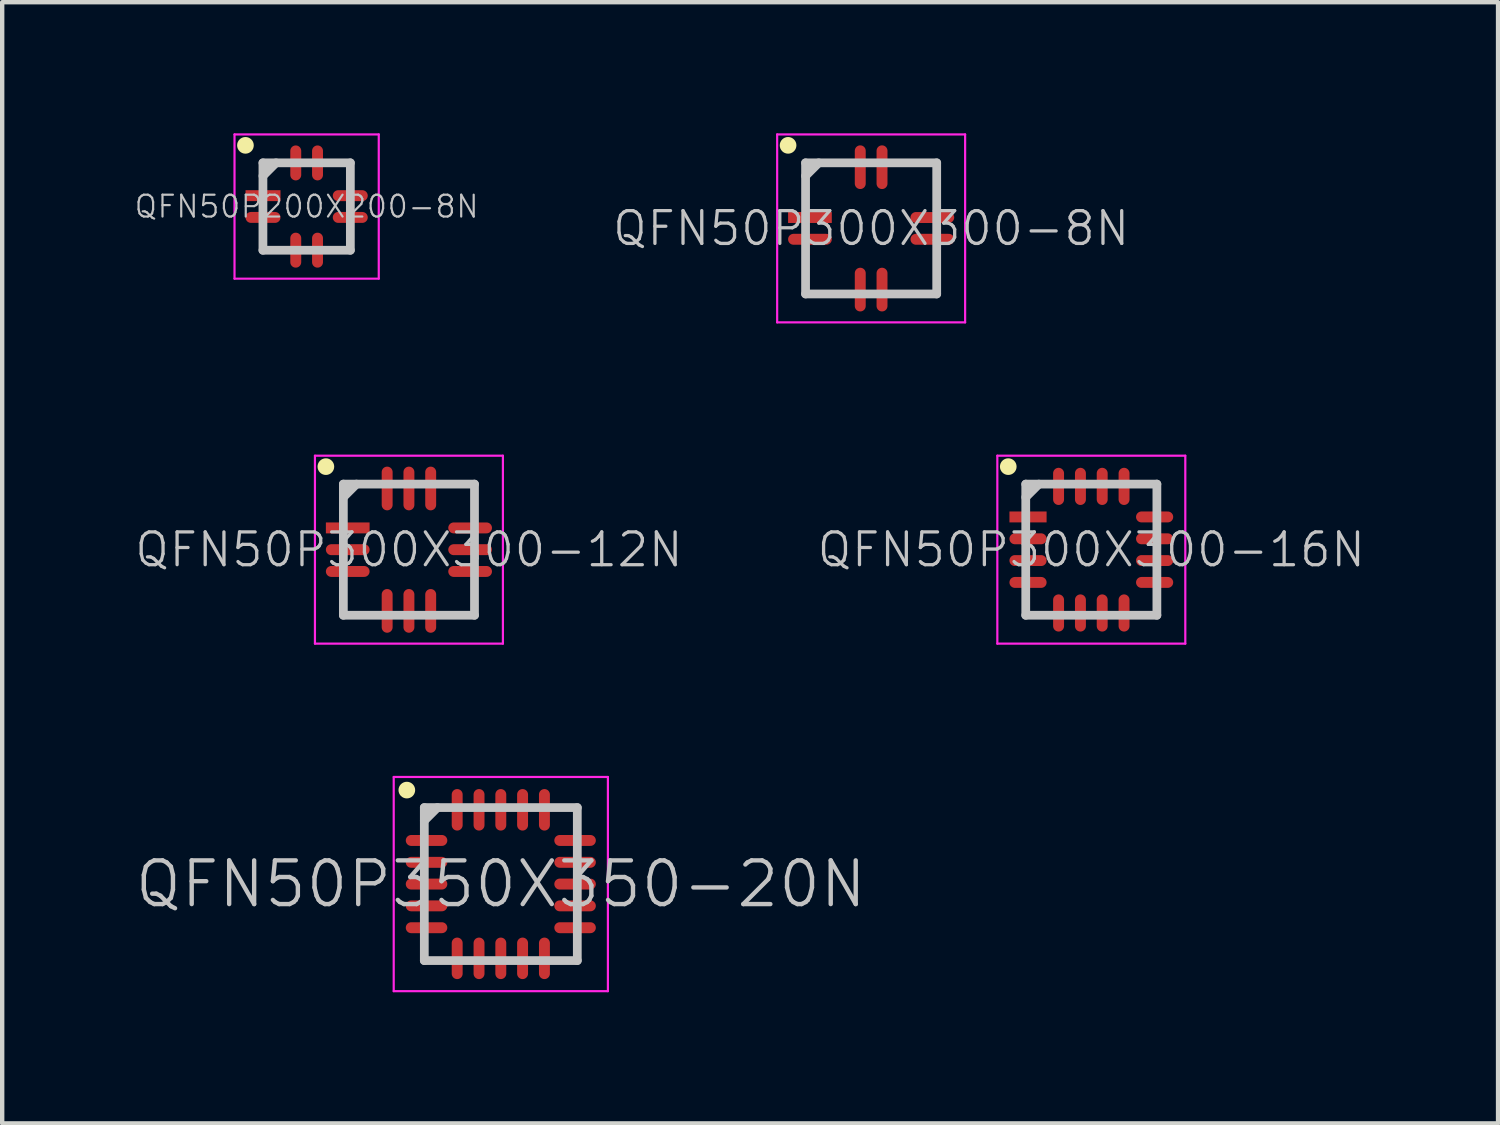
<source format=kicad_pcb>
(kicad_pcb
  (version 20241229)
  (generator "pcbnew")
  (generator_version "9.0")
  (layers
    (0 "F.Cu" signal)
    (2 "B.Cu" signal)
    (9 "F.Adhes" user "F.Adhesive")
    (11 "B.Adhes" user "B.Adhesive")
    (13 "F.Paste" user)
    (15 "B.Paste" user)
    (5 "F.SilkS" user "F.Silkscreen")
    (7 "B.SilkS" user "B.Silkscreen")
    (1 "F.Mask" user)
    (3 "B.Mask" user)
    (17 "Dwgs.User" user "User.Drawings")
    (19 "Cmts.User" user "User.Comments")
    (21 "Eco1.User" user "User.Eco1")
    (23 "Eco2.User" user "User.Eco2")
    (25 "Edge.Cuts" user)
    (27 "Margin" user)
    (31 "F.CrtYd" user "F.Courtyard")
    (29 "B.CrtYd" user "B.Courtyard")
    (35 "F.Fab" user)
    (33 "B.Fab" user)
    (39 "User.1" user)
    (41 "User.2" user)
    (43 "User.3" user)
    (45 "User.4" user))
  (footprint "QFN50P300X300-8N"
    (layer "F.Cu")
    (at 16.879 2.175)
    (property "Reference" "QFN50P300X300-8N" (at 0 0 0) (layer "Dwgs.User") (effects (font (size 0.75 0.75) (thickness 0.075))))
    (attr smd)
    (fp_line (start -1.9 -1.9) (end -1.9 -1.9) (stroke (width 0.381) (type solid)) (layer "F.SilkS"))
    (fp_line (start -1.5 -1.5) (end -1.5 1.5) (stroke (width 0.2) (type solid)) (layer "Dwgs.User"))
    (fp_line (start -1.5 -1.5) (end 1.5 -1.5) (stroke (width 0.2) (type solid)) (layer "Dwgs.User"))
    (fp_line (start -1.5 -1.2) (end -1.2 -1.5) (stroke (width 0.2) (type solid)) (layer "Dwgs.User"))
    (fp_line (start -1.5 1.5) (end 1.5 1.5) (stroke (width 0.2) (type solid)) (layer "Dwgs.User"))
    (fp_line (start 1.5 -1.5) (end 1.5 1.5) (stroke (width 0.2) (type solid)) (layer "Dwgs.User"))
    (fp_line (start -2.15 -2.15) (end -2.15 2.15) (stroke (width 0.05) (type solid)) (layer "F.CrtYd"))
    (fp_line (start -2.15 -2.15) (end 2.15 -2.15) (stroke (width 0.05) (type solid)) (layer "F.CrtYd"))
    (fp_line (start -2.15 2.15) (end 2.15 2.15) (stroke (width 0.05) (type solid)) (layer "F.CrtYd"))
    (fp_line (start 2.15 -2.15) (end 2.15 2.15) (stroke (width 0.05) (type solid)) (layer "F.CrtYd"))
    (pad "1" smd rect (at -1.4 -0.249 90) (size 0.25 1) (layers "F.Cu" "F.Mask" "F.Paste"))
    (pad "2" smd oval (at -1.4 0.249 90) (size 0.25 1) (layers "F.Cu" "F.Mask" "F.Paste"))
    (pad "3" smd oval (at -0.249 1.4 180) (size 0.25 1) (layers "F.Cu" "F.Mask" "F.Paste"))
    (pad "4" smd oval (at 0.249 1.4 180) (size 0.25 1) (layers "F.Cu" "F.Mask" "F.Paste"))
    (pad "5" smd oval (at 1.4 0.249 270) (size 0.25 1) (layers "F.Cu" "F.Mask" "F.Paste"))
    (pad "6" smd oval (at 1.4 -0.249 270) (size 0.25 1) (layers "F.Cu" "F.Mask" "F.Paste"))
    (pad "7" smd oval (at 0.249 -1.4) (size 0.25 1) (layers "F.Cu" "F.Mask" "F.Paste"))
    (pad "8" smd oval (at -0.249 -1.4) (size 0.25 1) (layers "F.Cu" "F.Mask" "F.Paste")))
  (footprint "QFN50P300X300-16N"
    (layer "F.Cu")
    (at 21.916 9.525)
    (property "Reference" "QFN50P300X300-16N" (at 0 0 0) (layer "Dwgs.User") (effects (font (size 0.75 0.75) (thickness 0.075))))
    (attr smd)
    (fp_line (start -1.9 -1.9) (end -1.9 -1.9) (stroke (width 0.381) (type solid)) (layer "F.SilkS"))
    (fp_line (start -1.5 -1.5) (end -1.5 1.5) (stroke (width 0.2) (type solid)) (layer "Dwgs.User"))
    (fp_line (start -1.5 -1.5) (end 1.5 -1.5) (stroke (width 0.2) (type solid)) (layer "Dwgs.User"))
    (fp_line (start -1.5 -1.2) (end -1.2 -1.5) (stroke (width 0.2) (type solid)) (layer "Dwgs.User"))
    (fp_line (start -1.5 1.5) (end 1.5 1.5) (stroke (width 0.2) (type solid)) (layer "Dwgs.User"))
    (fp_line (start 1.5 -1.5) (end 1.5 1.5) (stroke (width 0.2) (type solid)) (layer "Dwgs.User"))
    (fp_line (start -2.15 -2.15) (end -2.15 2.15) (stroke (width 0.05) (type solid)) (layer "F.CrtYd"))
    (fp_line (start -2.15 -2.15) (end 2.15 -2.15) (stroke (width 0.05) (type solid)) (layer "F.CrtYd"))
    (fp_line (start -2.15 2.15) (end 2.15 2.15) (stroke (width 0.05) (type solid)) (layer "F.CrtYd"))
    (fp_line (start 2.15 -2.15) (end 2.15 2.15) (stroke (width 0.05) (type solid)) (layer "F.CrtYd"))
    (pad "1" smd rect (at -1.448 -0.749 90) (size 0.25 0.85) (layers "F.Cu" "F.Mask" "F.Paste"))
    (pad "2" smd oval (at -1.448 -0.249 90) (size 0.25 0.85) (layers "F.Cu" "F.Mask" "F.Paste"))
    (pad "3" smd oval (at -1.448 0.249 90) (size 0.25 0.85) (layers "F.Cu" "F.Mask" "F.Paste"))
    (pad "4" smd oval (at -1.448 0.749 90) (size 0.25 0.85) (layers "F.Cu" "F.Mask" "F.Paste"))
    (pad "5" smd oval (at -0.749 1.448 180) (size 0.25 0.85) (layers "F.Cu" "F.Mask" "F.Paste"))
    (pad "6" smd oval (at -0.249 1.448 180) (size 0.25 0.85) (layers "F.Cu" "F.Mask" "F.Paste"))
    (pad "7" smd oval (at 0.249 1.448 180) (size 0.25 0.85) (layers "F.Cu" "F.Mask" "F.Paste"))
    (pad "8" smd oval (at 0.749 1.448 180) (size 0.25 0.85) (layers "F.Cu" "F.Mask" "F.Paste"))
    (pad "9" smd oval (at 1.448 0.749 270) (size 0.25 0.85) (layers "F.Cu" "F.Mask" "F.Paste"))
    (pad "10" smd oval (at 1.448 0.249 270) (size 0.25 0.85) (layers "F.Cu" "F.Mask" "F.Paste"))
    (pad "11" smd oval (at 1.448 -0.249 270) (size 0.25 0.85) (layers "F.Cu" "F.Mask" "F.Paste"))
    (pad "12" smd oval (at 1.448 -0.749 270) (size 0.25 0.85) (layers "F.Cu" "F.Mask" "F.Paste"))
    (pad "13" smd oval (at 0.749 -1.448) (size 0.25 0.85) (layers "F.Cu" "F.Mask" "F.Paste"))
    (pad "14" smd oval (at 0.249 -1.448) (size 0.25 0.85) (layers "F.Cu" "F.Mask" "F.Paste"))
    (pad "15" smd oval (at -0.249 -1.448) (size 0.25 0.85) (layers "F.Cu" "F.Mask" "F.Paste"))
    (pad "16" smd oval (at -0.749 -1.448) (size 0.25 0.85) (layers "F.Cu" "F.Mask" "F.Paste")))
  (footprint "QFN50P300X300-12N"
    (layer "F.Cu")
    (at 6.305 9.525)
    (property "Reference" "QFN50P300X300-12N" (at 0 0 0) (layer "Dwgs.User") (effects (font (size 0.75 0.75) (thickness 0.075))))
    (attr smd)
    (fp_line (start -1.9 -1.9) (end -1.9 -1.9) (stroke (width 0.381) (type solid)) (layer "F.SilkS"))
    (fp_line (start -1.5 -1.5) (end -1.5 1.5) (stroke (width 0.2) (type solid)) (layer "Dwgs.User"))
    (fp_line (start -1.5 -1.5) (end 1.5 -1.5) (stroke (width 0.2) (type solid)) (layer "Dwgs.User"))
    (fp_line (start -1.5 -1.2) (end -1.2 -1.5) (stroke (width 0.2) (type solid)) (layer "Dwgs.User"))
    (fp_line (start -1.5 1.5) (end 1.5 1.5) (stroke (width 0.2) (type solid)) (layer "Dwgs.User"))
    (fp_line (start 1.5 -1.5) (end 1.5 1.5) (stroke (width 0.2) (type solid)) (layer "Dwgs.User"))
    (fp_line (start -2.15 -2.15) (end -2.15 2.15) (stroke (width 0.05) (type solid)) (layer "F.CrtYd"))
    (fp_line (start -2.15 -2.15) (end 2.15 -2.15) (stroke (width 0.05) (type solid)) (layer "F.CrtYd"))
    (fp_line (start -2.15 2.15) (end 2.15 2.15) (stroke (width 0.05) (type solid)) (layer "F.CrtYd"))
    (fp_line (start 2.15 -2.15) (end 2.15 2.15) (stroke (width 0.05) (type solid)) (layer "F.CrtYd"))
    (pad "1" smd rect (at -1.4 -0.498 90) (size 0.25 1) (layers "F.Cu" "F.Mask" "F.Paste"))
    (pad "2" smd oval (at -1.4 0 90) (size 0.25 1) (layers "F.Cu" "F.Mask" "F.Paste"))
    (pad "3" smd oval (at -1.4 0.498 90) (size 0.25 1) (layers "F.Cu" "F.Mask" "F.Paste"))
    (pad "4" smd oval (at -0.498 1.4 180) (size 0.25 1) (layers "F.Cu" "F.Mask" "F.Paste"))
    (pad "5" smd oval (at 0 1.4 180) (size 0.25 1) (layers "F.Cu" "F.Mask" "F.Paste"))
    (pad "6" smd oval (at 0.498 1.4 180) (size 0.25 1) (layers "F.Cu" "F.Mask" "F.Paste"))
    (pad "7" smd oval (at 1.4 0.498 270) (size 0.25 1) (layers "F.Cu" "F.Mask" "F.Paste"))
    (pad "8" smd oval (at 1.4 0 270) (size 0.25 1) (layers "F.Cu" "F.Mask" "F.Paste"))
    (pad "9" smd oval (at 1.4 -0.498 270) (size 0.25 1) (layers "F.Cu" "F.Mask" "F.Paste"))
    (pad "10" smd oval (at 0.498 -1.4) (size 0.25 1) (layers "F.Cu" "F.Mask" "F.Paste"))
    (pad "11" smd oval (at 0 -1.4) (size 0.25 1) (layers "F.Cu" "F.Mask" "F.Paste"))
    (pad "12" smd oval (at -0.498 -1.4) (size 0.25 1) (layers "F.Cu" "F.Mask" "F.Paste")))
  (footprint "QFN50P200X200-8N"
    (layer "F.Cu")
    (at 3.965 1.675)
    (property "Reference" "QFN50P200X200-8N" (at 0 0 0) (layer "Dwgs.User") (effects (font (size 0.5 0.5) (thickness 0.05))))
    (attr smd)
    (fp_line (start -1.4 -1.4) (end -1.4 -1.4) (stroke (width 0.381) (type solid)) (layer "F.SilkS"))
    (fp_line (start -1 -1) (end -1 1) (stroke (width 0.2) (type solid)) (layer "Dwgs.User"))
    (fp_line (start -1 -1) (end 1 -1) (stroke (width 0.2) (type solid)) (layer "Dwgs.User"))
    (fp_line (start -1 -0.7) (end -0.7 -1) (stroke (width 0.2) (type solid)) (layer "Dwgs.User"))
    (fp_line (start -1 1) (end 1 1) (stroke (width 0.2) (type solid)) (layer "Dwgs.User"))
    (fp_line (start 1 -1) (end 1 1) (stroke (width 0.2) (type solid)) (layer "Dwgs.User"))
    (fp_line (start -1.65 -1.65) (end -1.65 1.65) (stroke (width 0.05) (type solid)) (layer "F.CrtYd"))
    (fp_line (start -1.65 -1.65) (end 1.65 -1.65) (stroke (width 0.05) (type solid)) (layer "F.CrtYd"))
    (fp_line (start -1.65 1.65) (end 1.65 1.65) (stroke (width 0.05) (type solid)) (layer "F.CrtYd"))
    (fp_line (start 1.65 -1.65) (end 1.65 1.65) (stroke (width 0.05) (type solid)) (layer "F.CrtYd"))
    (pad "1" smd rect (at -0.998 -0.249 90) (size 0.25 0.8) (layers "F.Cu" "F.Mask" "F.Paste"))
    (pad "2" smd oval (at -0.998 0.249 90) (size 0.25 0.8) (layers "F.Cu" "F.Mask" "F.Paste"))
    (pad "3" smd oval (at -0.249 0.998 180) (size 0.25 0.8) (layers "F.Cu" "F.Mask" "F.Paste"))
    (pad "4" smd oval (at 0.249 0.998 180) (size 0.25 0.8) (layers "F.Cu" "F.Mask" "F.Paste"))
    (pad "5" smd oval (at 0.998 0.249 270) (size 0.25 0.8) (layers "F.Cu" "F.Mask" "F.Paste"))
    (pad "6" smd oval (at 0.998 -0.249 270) (size 0.25 0.8) (layers "F.Cu" "F.Mask" "F.Paste"))
    (pad "7" smd oval (at 0.249 -0.998) (size 0.25 0.8) (layers "F.Cu" "F.Mask" "F.Paste"))
    (pad "8" smd oval (at -0.249 -0.998) (size 0.25 0.8) (layers "F.Cu" "F.Mask" "F.Paste")))
  (footprint "QFN50P350X350-20N"
    (layer "F.Cu")
    (at 8.407 17.175)
    (property "Reference" "QFN50P350X350-20N" (at 0 0 0) (layer "Dwgs.User") (effects (font (size 1 1) (thickness 0.1))))
    (attr smd)
    (fp_line (start -2.15 -2.15) (end -2.15 -2.15) (stroke (width 0.381) (type solid)) (layer "F.SilkS"))
    (fp_line (start -1.75 -1.75) (end -1.75 1.75) (stroke (width 0.2) (type solid)) (layer "Dwgs.User"))
    (fp_line (start -1.75 -1.75) (end 1.75 -1.75) (stroke (width 0.2) (type solid)) (layer "Dwgs.User"))
    (fp_line (start -1.75 -1.45) (end -1.45 -1.75) (stroke (width 0.2) (type solid)) (layer "Dwgs.User"))
    (fp_line (start -1.75 1.75) (end 1.75 1.75) (stroke (width 0.2) (type solid)) (layer "Dwgs.User"))
    (fp_line (start 1.75 -1.75) (end 1.75 1.75) (stroke (width 0.2) (type solid)) (layer "Dwgs.User"))
    (fp_line (start -2.45 -2.45) (end -2.45 2.45) (stroke (width 0.05) (type solid)) (layer "F.CrtYd"))
    (fp_line (start -2.45 -2.45) (end 2.45 -2.45) (stroke (width 0.05) (type solid)) (layer "F.CrtYd"))
    (fp_line (start -2.45 2.45) (end 2.45 2.45) (stroke (width 0.05) (type solid)) (layer "F.CrtYd"))
    (fp_line (start 2.45 -2.45) (end 2.45 2.45) (stroke (width 0.05) (type solid)) (layer "F.CrtYd"))
    (pad "1" smd oval (at -1.699 -0.998 90) (size 0.25 0.95) (layers "F.Cu" "F.Mask" "F.Paste"))
    (pad "2" smd oval (at -1.699 -0.498 90) (size 0.25 0.95) (layers "F.Cu" "F.Mask" "F.Paste"))
    (pad "3" smd oval (at -1.699 0 90) (size 0.25 0.95) (layers "F.Cu" "F.Mask" "F.Paste"))
    (pad "4" smd oval (at -1.699 0.498 90) (size 0.25 0.95) (layers "F.Cu" "F.Mask" "F.Paste"))
    (pad "5" smd oval (at -1.699 0.998 90) (size 0.25 0.95) (layers "F.Cu" "F.Mask" "F.Paste"))
    (pad "6" smd oval (at -0.998 1.699 180) (size 0.25 0.95) (layers "F.Cu" "F.Mask" "F.Paste"))
    (pad "7" smd oval (at -0.498 1.699 180) (size 0.25 0.95) (layers "F.Cu" "F.Mask" "F.Paste"))
    (pad "8" smd oval (at 0 1.699 180) (size 0.25 0.95) (layers "F.Cu" "F.Mask" "F.Paste"))
    (pad "9" smd oval (at 0.498 1.699 180) (size 0.25 0.95) (layers "F.Cu" "F.Mask" "F.Paste"))
    (pad "10" smd oval (at 0.998 1.699 180) (size 0.25 0.95) (layers "F.Cu" "F.Mask" "F.Paste"))
    (pad "11" smd oval (at 1.699 0.998 270) (size 0.25 0.95) (layers "F.Cu" "F.Mask" "F.Paste"))
    (pad "12" smd oval (at 1.699 0.498 270) (size 0.25 0.95) (layers "F.Cu" "F.Mask" "F.Paste"))
    (pad "13" smd oval (at 1.699 0 270) (size 0.25 0.95) (layers "F.Cu" "F.Mask" "F.Paste"))
    (pad "14" smd oval (at 1.699 -0.498 270) (size 0.25 0.95) (layers "F.Cu" "F.Mask" "F.Paste"))
    (pad "15" smd oval (at 1.699 -0.998 270) (size 0.25 0.95) (layers "F.Cu" "F.Mask" "F.Paste"))
    (pad "16" smd oval (at 0.998 -1.699) (size 0.25 0.95) (layers "F.Cu" "F.Mask" "F.Paste"))
    (pad "17" smd oval (at 0.498 -1.699) (size 0.25 0.95) (layers "F.Cu" "F.Mask" "F.Paste"))
    (pad "18" smd oval (at 0 -1.699) (size 0.25 0.95) (layers "F.Cu" "F.Mask" "F.Paste"))
    (pad "19" smd oval (at -0.498 -1.699) (size 0.25 0.95) (layers "F.Cu" "F.Mask" "F.Paste"))
    (pad "20" smd oval (at -0.998 -1.699) (size 0.25 0.95) (layers "F.Cu" "F.Mask" "F.Paste")))
  (gr_rect
    (start -3 -3)
    (end 31.221 22.65)
    (stroke (width 0.1) (type default))
    (fill no)
    (layer "Edge.Cuts")))
</source>
